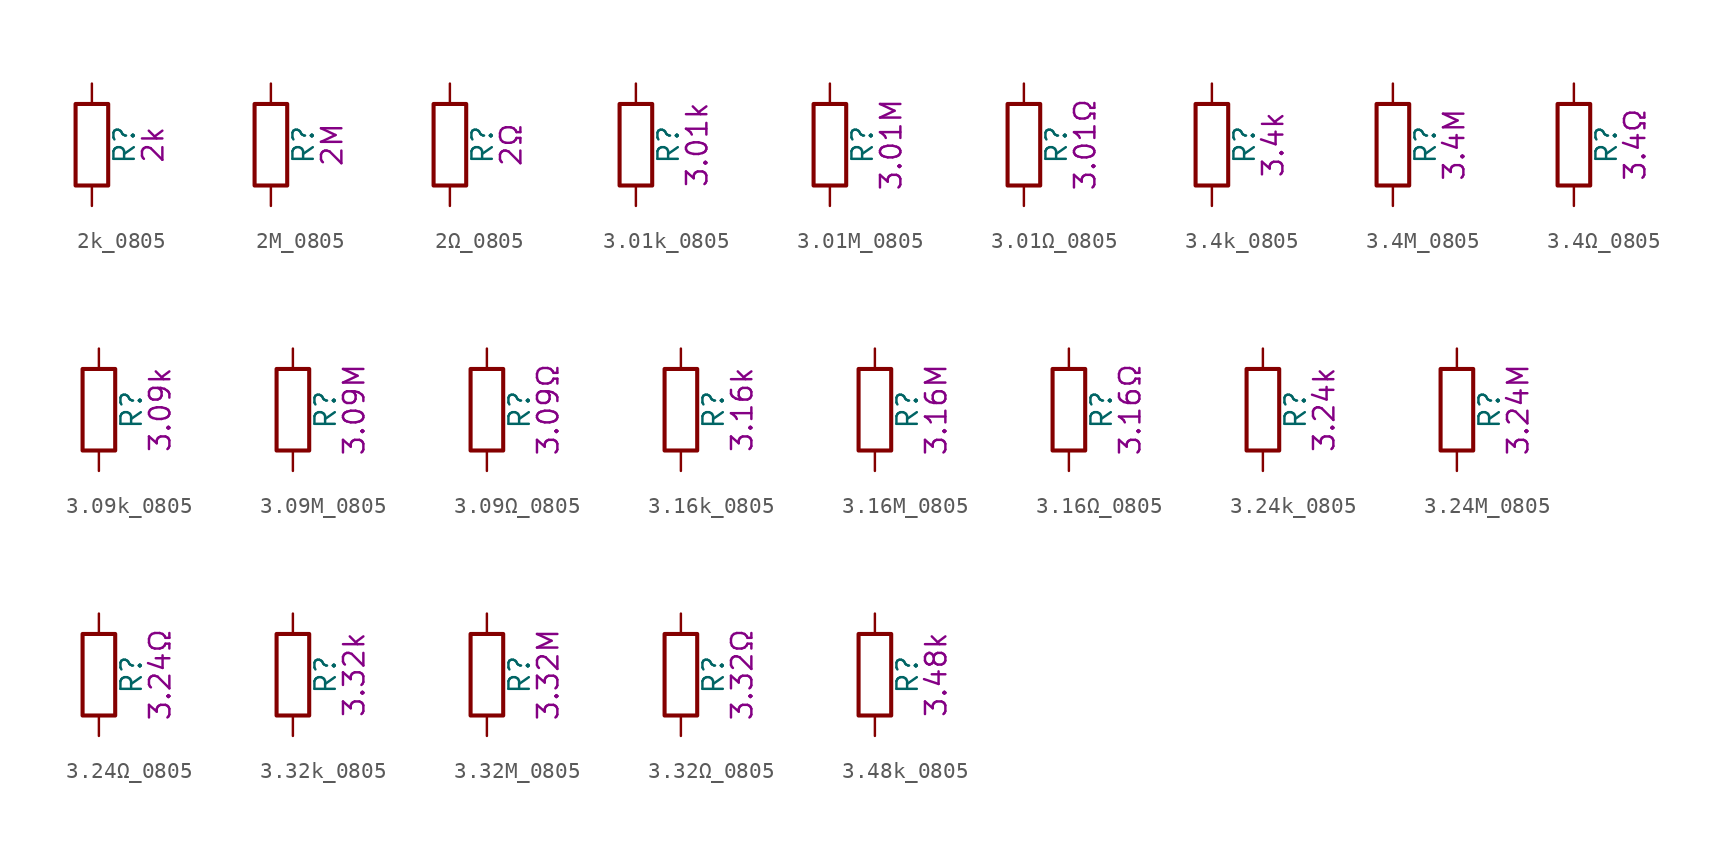
<source format=kicad_sym>
(kicad_symbol_lib
  (version 20211014)
  (generator kicad_symbol_editor)
  (symbol "2k_0805"
    (pin_numbers hide)
    (pin_names
      (offset 0))
    (property "Reference" "R"
      (at 2.032 0 90)
      (effects (font (size 1.27 1.27))))
    (property "Display" "2k"
      (at 3.81 0 90)
      (effects (font (size 1.27 1.27))))
    (symbol "2k_0805_0_1"
      (rectangle (start -1.016 -2.54) (end 1.016 2.54) (stroke (width 0.254) (type default) (color 0 0 0 0)) (fill (type none))))
    (symbol "2k_0805_1_1"
      (pin passive line (at 0 3.81 270) (length 1.27) (name "~" (effects (font (size 1.27 1.27)))) (number "1" (effects (font (size 1.27 1.27)))))
      (pin passive line (at 0 -3.81 90) (length 1.27) (name "~" (effects (font (size 1.27 1.27)))) (number "2" (effects (font (size 1.27 1.27)))))))
  (symbol "2M_0805"
    (pin_numbers hide)
    (pin_names
      (offset 0))
    (property "Reference" "R"
      (at 2.032 0 90)
      (effects (font (size 1.27 1.27))))
    (property "Display" "2M"
      (at 3.81 0 90)
      (effects (font (size 1.27 1.27))))
    (symbol "2M_0805_0_1"
      (rectangle (start -1.016 -2.54) (end 1.016 2.54) (stroke (width 0.254) (type default) (color 0 0 0 0)) (fill (type none))))
    (symbol "2M_0805_1_1"
      (pin passive line (at 0 3.81 270) (length 1.27) (name "~" (effects (font (size 1.27 1.27)))) (number "1" (effects (font (size 1.27 1.27)))))
      (pin passive line (at 0 -3.81 90) (length 1.27) (name "~" (effects (font (size 1.27 1.27)))) (number "2" (effects (font (size 1.27 1.27)))))))
  (symbol "2Ω_0805"
    (pin_numbers hide)
    (pin_names
      (offset 0))
    (property "Reference" "R"
      (at 2.032 0 90)
      (effects (font (size 1.27 1.27))))
    (property "Display" "2Ω"
      (at 3.81 0 90)
      (effects (font (size 1.27 1.27))))
    (symbol "2Ω_0805_0_1"
      (rectangle (start -1.016 -2.54) (end 1.016 2.54) (stroke (width 0.254) (type default) (color 0 0 0 0)) (fill (type none))))
    (symbol "2Ω_0805_1_1"
      (pin passive line (at 0 3.81 270) (length 1.27) (name "~" (effects (font (size 1.27 1.27)))) (number "1" (effects (font (size 1.27 1.27)))))
      (pin passive line (at 0 -3.81 90) (length 1.27) (name "~" (effects (font (size 1.27 1.27)))) (number "2" (effects (font (size 1.27 1.27)))))))
  (symbol "3.01k_0805"
    (pin_numbers hide)
    (pin_names
      (offset 0))
    (property "Reference" "R"
      (at 2.032 0 90)
      (effects (font (size 1.27 1.27))))
    (property "Display" "3.01k"
      (at 3.81 0 90)
      (effects (font (size 1.27 1.27))))
    (symbol "3.01k_0805_0_1"
      (rectangle (start -1.016 -2.54) (end 1.016 2.54) (stroke (width 0.254) (type default) (color 0 0 0 0)) (fill (type none))))
    (symbol "3.01k_0805_1_1"
      (pin passive line (at 0 3.81 270) (length 1.27) (name "~" (effects (font (size 1.27 1.27)))) (number "1" (effects (font (size 1.27 1.27)))))
      (pin passive line (at 0 -3.81 90) (length 1.27) (name "~" (effects (font (size 1.27 1.27)))) (number "2" (effects (font (size 1.27 1.27)))))))
  (symbol "3.01M_0805"
    (pin_numbers hide)
    (pin_names
      (offset 0))
    (property "Reference" "R"
      (at 2.032 0 90)
      (effects (font (size 1.27 1.27))))
    (property "Display" "3.01M"
      (at 3.81 0 90)
      (effects (font (size 1.27 1.27))))
    (symbol "3.01M_0805_0_1"
      (rectangle (start -1.016 -2.54) (end 1.016 2.54) (stroke (width 0.254) (type default) (color 0 0 0 0)) (fill (type none))))
    (symbol "3.01M_0805_1_1"
      (pin passive line (at 0 3.81 270) (length 1.27) (name "~" (effects (font (size 1.27 1.27)))) (number "1" (effects (font (size 1.27 1.27)))))
      (pin passive line (at 0 -3.81 90) (length 1.27) (name "~" (effects (font (size 1.27 1.27)))) (number "2" (effects (font (size 1.27 1.27)))))))
  (symbol "3.01Ω_0805"
    (pin_numbers hide)
    (pin_names
      (offset 0))
    (property "Reference" "R"
      (at 2.032 0 90)
      (effects (font (size 1.27 1.27))))
    (property "Display" "3.01Ω"
      (at 3.81 0 90)
      (effects (font (size 1.27 1.27))))
    (symbol "3.01Ω_0805_0_1"
      (rectangle (start -1.016 -2.54) (end 1.016 2.54) (stroke (width 0.254) (type default) (color 0 0 0 0)) (fill (type none))))
    (symbol "3.01Ω_0805_1_1"
      (pin passive line (at 0 3.81 270) (length 1.27) (name "~" (effects (font (size 1.27 1.27)))) (number "1" (effects (font (size 1.27 1.27)))))
      (pin passive line (at 0 -3.81 90) (length 1.27) (name "~" (effects (font (size 1.27 1.27)))) (number "2" (effects (font (size 1.27 1.27)))))))
  (symbol "3.4k_0805"
    (pin_numbers hide)
    (pin_names
      (offset 0))
    (property "Reference" "R"
      (at 2.032 0 90)
      (effects (font (size 1.27 1.27))))
    (property "Display" "3.4k"
      (at 3.81 0 90)
      (effects (font (size 1.27 1.27))))
    (symbol "3.4k_0805_0_1"
      (rectangle (start -1.016 -2.54) (end 1.016 2.54) (stroke (width 0.254) (type default) (color 0 0 0 0)) (fill (type none))))
    (symbol "3.4k_0805_1_1"
      (pin passive line (at 0 3.81 270) (length 1.27) (name "~" (effects (font (size 1.27 1.27)))) (number "1" (effects (font (size 1.27 1.27)))))
      (pin passive line (at 0 -3.81 90) (length 1.27) (name "~" (effects (font (size 1.27 1.27)))) (number "2" (effects (font (size 1.27 1.27)))))))
  (symbol "3.4M_0805"
    (pin_numbers hide)
    (pin_names
      (offset 0))
    (property "Reference" "R"
      (at 2.032 0 90)
      (effects (font (size 1.27 1.27))))
    (property "Display" "3.4M"
      (at 3.81 0 90)
      (effects (font (size 1.27 1.27))))
    (symbol "3.4M_0805_0_1"
      (rectangle (start -1.016 -2.54) (end 1.016 2.54) (stroke (width 0.254) (type default) (color 0 0 0 0)) (fill (type none))))
    (symbol "3.4M_0805_1_1"
      (pin passive line (at 0 3.81 270) (length 1.27) (name "~" (effects (font (size 1.27 1.27)))) (number "1" (effects (font (size 1.27 1.27)))))
      (pin passive line (at 0 -3.81 90) (length 1.27) (name "~" (effects (font (size 1.27 1.27)))) (number "2" (effects (font (size 1.27 1.27)))))))
  (symbol "3.4Ω_0805"
    (pin_numbers hide)
    (pin_names
      (offset 0))
    (property "Reference" "R"
      (at 2.032 0 90)
      (effects (font (size 1.27 1.27))))
    (property "Display" "3.4Ω"
      (at 3.81 0 90)
      (effects (font (size 1.27 1.27))))
    (symbol "3.4Ω_0805_0_1"
      (rectangle (start -1.016 -2.54) (end 1.016 2.54) (stroke (width 0.254) (type default) (color 0 0 0 0)) (fill (type none))))
    (symbol "3.4Ω_0805_1_1"
      (pin passive line (at 0 3.81 270) (length 1.27) (name "~" (effects (font (size 1.27 1.27)))) (number "1" (effects (font (size 1.27 1.27)))))
      (pin passive line (at 0 -3.81 90) (length 1.27) (name "~" (effects (font (size 1.27 1.27)))) (number "2" (effects (font (size 1.27 1.27)))))))
  (symbol "3.09k_0805"
    (pin_numbers hide)
    (pin_names
      (offset 0))
    (property "Reference" "R"
      (at 2.032 0 90)
      (effects (font (size 1.27 1.27))))
    (property "Display" "3.09k"
      (at 3.81 0 90)
      (effects (font (size 1.27 1.27))))
    (symbol "3.09k_0805_0_1"
      (rectangle (start -1.016 -2.54) (end 1.016 2.54) (stroke (width 0.254) (type default) (color 0 0 0 0)) (fill (type none))))
    (symbol "3.09k_0805_1_1"
      (pin passive line (at 0 3.81 270) (length 1.27) (name "~" (effects (font (size 1.27 1.27)))) (number "1" (effects (font (size 1.27 1.27)))))
      (pin passive line (at 0 -3.81 90) (length 1.27) (name "~" (effects (font (size 1.27 1.27)))) (number "2" (effects (font (size 1.27 1.27)))))))
  (symbol "3.09M_0805"
    (pin_numbers hide)
    (pin_names
      (offset 0))
    (property "Reference" "R"
      (at 2.032 0 90)
      (effects (font (size 1.27 1.27))))
    (property "Display" "3.09M"
      (at 3.81 0 90)
      (effects (font (size 1.27 1.27))))
    (symbol "3.09M_0805_0_1"
      (rectangle (start -1.016 -2.54) (end 1.016 2.54) (stroke (width 0.254) (type default) (color 0 0 0 0)) (fill (type none))))
    (symbol "3.09M_0805_1_1"
      (pin passive line (at 0 3.81 270) (length 1.27) (name "~" (effects (font (size 1.27 1.27)))) (number "1" (effects (font (size 1.27 1.27)))))
      (pin passive line (at 0 -3.81 90) (length 1.27) (name "~" (effects (font (size 1.27 1.27)))) (number "2" (effects (font (size 1.27 1.27)))))))
  (symbol "3.09Ω_0805"
    (pin_numbers hide)
    (pin_names
      (offset 0))
    (property "Reference" "R"
      (at 2.032 0 90)
      (effects (font (size 1.27 1.27))))
    (property "Display" "3.09Ω"
      (at 3.81 0 90)
      (effects (font (size 1.27 1.27))))
    (symbol "3.09Ω_0805_0_1"
      (rectangle (start -1.016 -2.54) (end 1.016 2.54) (stroke (width 0.254) (type default) (color 0 0 0 0)) (fill (type none))))
    (symbol "3.09Ω_0805_1_1"
      (pin passive line (at 0 3.81 270) (length 1.27) (name "~" (effects (font (size 1.27 1.27)))) (number "1" (effects (font (size 1.27 1.27)))))
      (pin passive line (at 0 -3.81 90) (length 1.27) (name "~" (effects (font (size 1.27 1.27)))) (number "2" (effects (font (size 1.27 1.27)))))))
  (symbol "3.16k_0805"
    (pin_numbers hide)
    (pin_names
      (offset 0))
    (property "Reference" "R"
      (at 2.032 0 90)
      (effects (font (size 1.27 1.27))))
    (property "Display" "3.16k"
      (at 3.81 0 90)
      (effects (font (size 1.27 1.27))))
    (symbol "3.16k_0805_0_1"
      (rectangle (start -1.016 -2.54) (end 1.016 2.54) (stroke (width 0.254) (type default) (color 0 0 0 0)) (fill (type none))))
    (symbol "3.16k_0805_1_1"
      (pin passive line (at 0 3.81 270) (length 1.27) (name "~" (effects (font (size 1.27 1.27)))) (number "1" (effects (font (size 1.27 1.27)))))
      (pin passive line (at 0 -3.81 90) (length 1.27) (name "~" (effects (font (size 1.27 1.27)))) (number "2" (effects (font (size 1.27 1.27)))))))
  (symbol "3.16M_0805"
    (pin_numbers hide)
    (pin_names
      (offset 0))
    (property "Reference" "R"
      (at 2.032 0 90)
      (effects (font (size 1.27 1.27))))
    (property "Display" "3.16M"
      (at 3.81 0 90)
      (effects (font (size 1.27 1.27))))
    (symbol "3.16M_0805_0_1"
      (rectangle (start -1.016 -2.54) (end 1.016 2.54) (stroke (width 0.254) (type default) (color 0 0 0 0)) (fill (type none))))
    (symbol "3.16M_0805_1_1"
      (pin passive line (at 0 3.81 270) (length 1.27) (name "~" (effects (font (size 1.27 1.27)))) (number "1" (effects (font (size 1.27 1.27)))))
      (pin passive line (at 0 -3.81 90) (length 1.27) (name "~" (effects (font (size 1.27 1.27)))) (number "2" (effects (font (size 1.27 1.27)))))))
  (symbol "3.16Ω_0805"
    (pin_numbers hide)
    (pin_names
      (offset 0))
    (property "Reference" "R"
      (at 2.032 0 90)
      (effects (font (size 1.27 1.27))))
    (property "Display" "3.16Ω"
      (at 3.81 0 90)
      (effects (font (size 1.27 1.27))))
    (symbol "3.16Ω_0805_0_1"
      (rectangle (start -1.016 -2.54) (end 1.016 2.54) (stroke (width 0.254) (type default) (color 0 0 0 0)) (fill (type none))))
    (symbol "3.16Ω_0805_1_1"
      (pin passive line (at 0 3.81 270) (length 1.27) (name "~" (effects (font (size 1.27 1.27)))) (number "1" (effects (font (size 1.27 1.27)))))
      (pin passive line (at 0 -3.81 90) (length 1.27) (name "~" (effects (font (size 1.27 1.27)))) (number "2" (effects (font (size 1.27 1.27)))))))
  (symbol "3.24k_0805"
    (pin_numbers hide)
    (pin_names
      (offset 0))
    (property "Reference" "R"
      (at 2.032 0 90)
      (effects (font (size 1.27 1.27))))
    (property "Display" "3.24k"
      (at 3.81 0 90)
      (effects (font (size 1.27 1.27))))
    (symbol "3.24k_0805_0_1"
      (rectangle (start -1.016 -2.54) (end 1.016 2.54) (stroke (width 0.254) (type default) (color 0 0 0 0)) (fill (type none))))
    (symbol "3.24k_0805_1_1"
      (pin passive line (at 0 3.81 270) (length 1.27) (name "~" (effects (font (size 1.27 1.27)))) (number "1" (effects (font (size 1.27 1.27)))))
      (pin passive line (at 0 -3.81 90) (length 1.27) (name "~" (effects (font (size 1.27 1.27)))) (number "2" (effects (font (size 1.27 1.27)))))))
  (symbol "3.24M_0805"
    (pin_numbers hide)
    (pin_names
      (offset 0))
    (property "Reference" "R"
      (at 2.032 0 90)
      (effects (font (size 1.27 1.27))))
    (property "Display" "3.24M"
      (at 3.81 0 90)
      (effects (font (size 1.27 1.27))))
    (symbol "3.24M_0805_0_1"
      (rectangle (start -1.016 -2.54) (end 1.016 2.54) (stroke (width 0.254) (type default) (color 0 0 0 0)) (fill (type none))))
    (symbol "3.24M_0805_1_1"
      (pin passive line (at 0 3.81 270) (length 1.27) (name "~" (effects (font (size 1.27 1.27)))) (number "1" (effects (font (size 1.27 1.27)))))
      (pin passive line (at 0 -3.81 90) (length 1.27) (name "~" (effects (font (size 1.27 1.27)))) (number "2" (effects (font (size 1.27 1.27)))))))
  (symbol "3.24Ω_0805"
    (pin_numbers hide)
    (pin_names
      (offset 0))
    (property "Reference" "R"
      (at 2.032 0 90)
      (effects (font (size 1.27 1.27))))
    (property "Display" "3.24Ω"
      (at 3.81 0 90)
      (effects (font (size 1.27 1.27))))
    (symbol "3.24Ω_0805_0_1"
      (rectangle (start -1.016 -2.54) (end 1.016 2.54) (stroke (width 0.254) (type default) (color 0 0 0 0)) (fill (type none))))
    (symbol "3.24Ω_0805_1_1"
      (pin passive line (at 0 3.81 270) (length 1.27) (name "~" (effects (font (size 1.27 1.27)))) (number "1" (effects (font (size 1.27 1.27)))))
      (pin passive line (at 0 -3.81 90) (length 1.27) (name "~" (effects (font (size 1.27 1.27)))) (number "2" (effects (font (size 1.27 1.27)))))))
  (symbol "3.32k_0805"
    (pin_numbers hide)
    (pin_names
      (offset 0))
    (property "Reference" "R"
      (at 2.032 0 90)
      (effects (font (size 1.27 1.27))))
    (property "Display" "3.32k"
      (at 3.81 0 90)
      (effects (font (size 1.27 1.27))))
    (symbol "3.32k_0805_0_1"
      (rectangle (start -1.016 -2.54) (end 1.016 2.54) (stroke (width 0.254) (type default) (color 0 0 0 0)) (fill (type none))))
    (symbol "3.32k_0805_1_1"
      (pin passive line (at 0 3.81 270) (length 1.27) (name "~" (effects (font (size 1.27 1.27)))) (number "1" (effects (font (size 1.27 1.27)))))
      (pin passive line (at 0 -3.81 90) (length 1.27) (name "~" (effects (font (size 1.27 1.27)))) (number "2" (effects (font (size 1.27 1.27)))))))
  (symbol "3.32M_0805"
    (pin_numbers hide)
    (pin_names
      (offset 0))
    (property "Reference" "R"
      (at 2.032 0 90)
      (effects (font (size 1.27 1.27))))
    (property "Display" "3.32M"
      (at 3.81 0 90)
      (effects (font (size 1.27 1.27))))
    (symbol "3.32M_0805_0_1"
      (rectangle (start -1.016 -2.54) (end 1.016 2.54) (stroke (width 0.254) (type default) (color 0 0 0 0)) (fill (type none))))
    (symbol "3.32M_0805_1_1"
      (pin passive line (at 0 3.81 270) (length 1.27) (name "~" (effects (font (size 1.27 1.27)))) (number "1" (effects (font (size 1.27 1.27)))))
      (pin passive line (at 0 -3.81 90) (length 1.27) (name "~" (effects (font (size 1.27 1.27)))) (number "2" (effects (font (size 1.27 1.27)))))))
  (symbol "3.32Ω_0805"
    (pin_numbers hide)
    (pin_names
      (offset 0))
    (property "Reference" "R"
      (at 2.032 0 90)
      (effects (font (size 1.27 1.27))))
    (property "Display" "3.32Ω"
      (at 3.81 0 90)
      (effects (font (size 1.27 1.27))))
    (symbol "3.32Ω_0805_0_1"
      (rectangle (start -1.016 -2.54) (end 1.016 2.54) (stroke (width 0.254) (type default) (color 0 0 0 0)) (fill (type none))))
    (symbol "3.32Ω_0805_1_1"
      (pin passive line (at 0 3.81 270) (length 1.27) (name "~" (effects (font (size 1.27 1.27)))) (number "1" (effects (font (size 1.27 1.27)))))
      (pin passive line (at 0 -3.81 90) (length 1.27) (name "~" (effects (font (size 1.27 1.27)))) (number "2" (effects (font (size 1.27 1.27)))))))
  (symbol "3.48k_0805"
    (pin_numbers hide)
    (pin_names
      (offset 0))
    (property "Reference" "R"
      (at 2.032 0 90)
      (effects (font (size 1.27 1.27))))
    (property "Display" "3.48k"
      (at 3.81 0 90)
      (effects (font (size 1.27 1.27))))
    (symbol "3.48k_0805_0_1"
      (rectangle (start -1.016 -2.54) (end 1.016 2.54) (stroke (width 0.254) (type default) (color 0 0 0 0)) (fill (type none))))
    (symbol "3.48k_0805_1_1"
      (pin passive line (at 0 3.81 270) (length 1.27) (name "~" (effects (font (size 1.27 1.27)))) (number "1" (effects (font (size 1.27 1.27)))))
      (pin passive line (at 0 -3.81 90) (length 1.27) (name "~" (effects (font (size 1.27 1.27)))) (number "2" (effects (font (size 1.27 1.27))))))))
</source>
